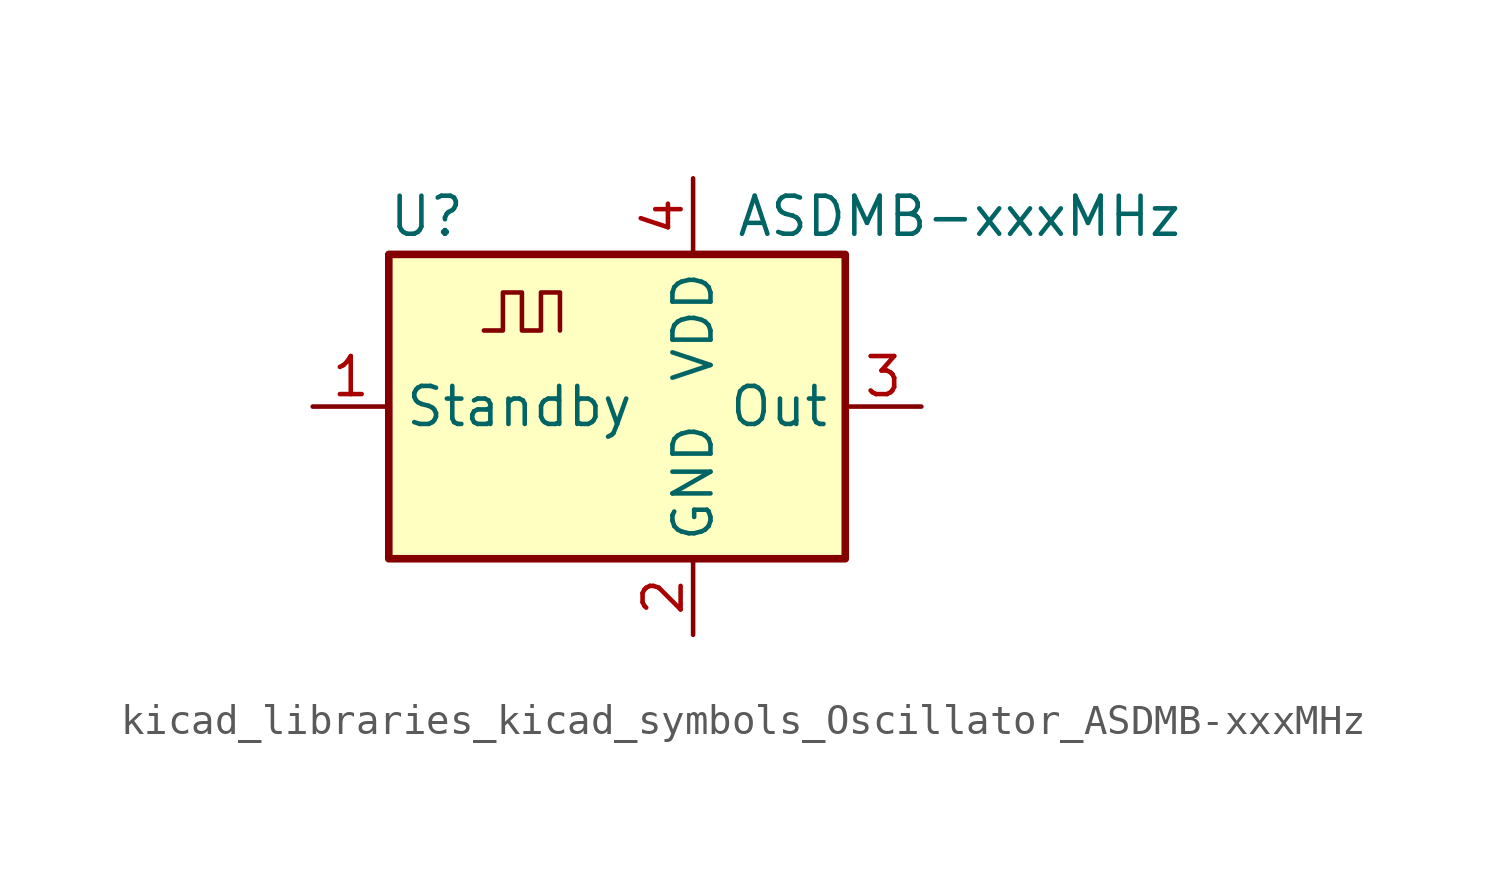
<source format=kicad_sym>
(kicad_symbol_lib
  (version 20220914)
  (generator kicad_symbol_editor)
  (symbol "kicad_libraries_kicad_symbols_Oscillator_ASDMB-xxxMHz"
    (property "Reference" "U"
      (at -6.35 6.35 0)
      (effects (font (size 1.27 1.27))))
    (property "Value" "ASDMB-xxxMHz"
      (at 11.43 6.35 0)
      (effects (font (size 1.27 1.27))))
    (symbol "kicad_libraries_kicad_symbols_Oscillator_ASDMB-xxxMHz_1_1"
      (rectangle (start -7.62 5.08) (end 7.62 -5.08) (stroke (width 0.254) (type default)) (fill (type background)))
      (polyline (pts (xy -4.445 2.54) (xy -3.81 2.54) (xy -3.81 3.81) (xy -3.175 3.81) (xy -3.175 2.54) (xy -2.54 2.54) (xy -2.54 3.81) (xy -1.905 3.81) (xy -1.905 2.54)) (stroke (width 0) (type default)) (fill (type none)))
      (pin input line (at -10.16 0 0) (length 2.54) (name "Standby" (effects (font (size 1.27 1.27)))) (number "1" (effects (font (size 1.27 1.27)))))
      (pin power_in line (at 2.54 -7.62 90) (length 2.54) (name "GND" (effects (font (size 1.27 1.27)))) (number "2" (effects (font (size 1.27 1.27)))))
      (pin output line (at 10.16 0 180) (length 2.54) (name "Out" (effects (font (size 1.27 1.27)))) (number "3" (effects (font (size 1.27 1.27)))))
      (pin power_in line (at 2.54 7.62 270) (length 2.54) (name "VDD" (effects (font (size 1.27 1.27)))) (number "4" (effects (font (size 1.27 1.27))))))))
</source>
